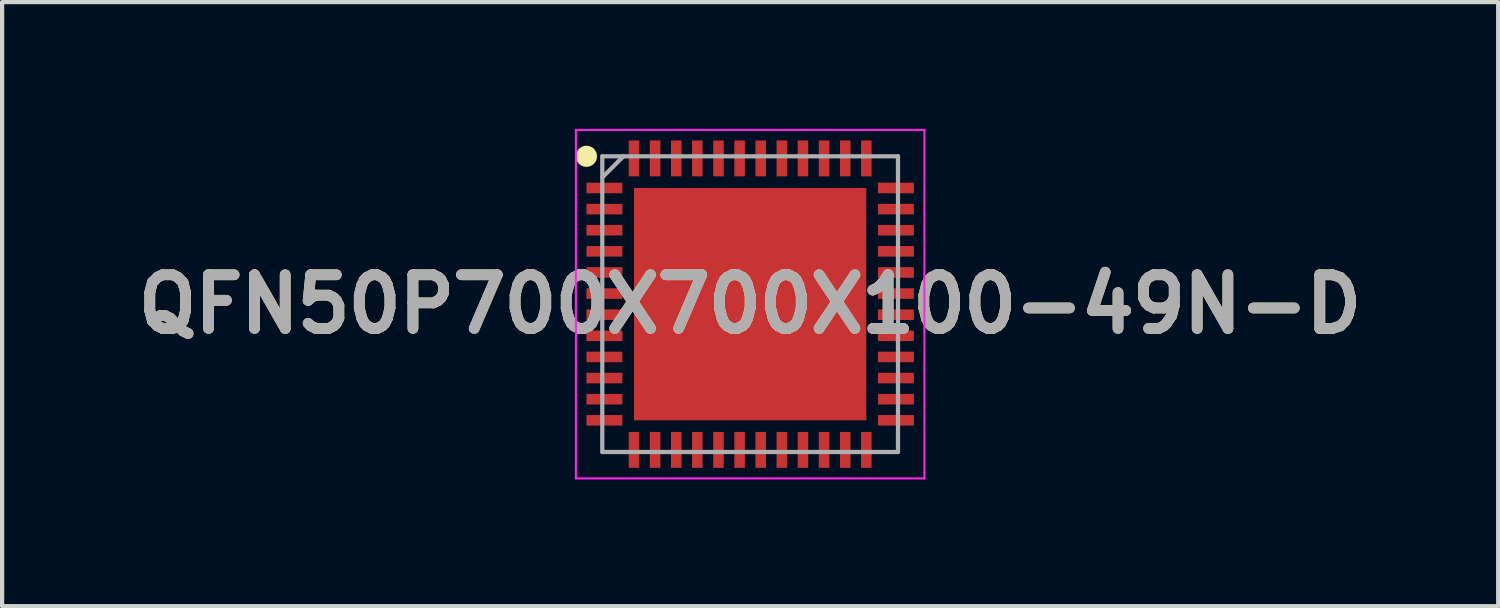
<source format=kicad_pcb>
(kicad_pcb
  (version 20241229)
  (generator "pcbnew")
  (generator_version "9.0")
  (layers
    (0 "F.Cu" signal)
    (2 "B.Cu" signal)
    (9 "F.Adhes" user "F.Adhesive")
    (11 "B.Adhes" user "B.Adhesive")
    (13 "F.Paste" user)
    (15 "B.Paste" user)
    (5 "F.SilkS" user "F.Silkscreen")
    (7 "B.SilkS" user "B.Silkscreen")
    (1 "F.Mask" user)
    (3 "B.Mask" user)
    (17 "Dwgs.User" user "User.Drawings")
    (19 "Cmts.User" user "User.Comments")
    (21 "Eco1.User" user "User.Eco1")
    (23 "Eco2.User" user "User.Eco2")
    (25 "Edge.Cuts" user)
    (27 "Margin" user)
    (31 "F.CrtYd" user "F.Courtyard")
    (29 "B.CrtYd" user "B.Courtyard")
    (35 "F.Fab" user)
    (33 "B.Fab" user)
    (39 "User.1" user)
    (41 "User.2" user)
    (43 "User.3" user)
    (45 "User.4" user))
  (footprint "QFN50P700X700X100-49N-D"
    (layer "F.Cu")
    (at 14.708 4.15)
    (property "Reference" "QFN50P700X700X100-49N-D" (at 0 0 0) (layer "F.SilkS") (effects (font (size 1.27 1.27) (thickness 0.254))))
    (attr smd)
    (fp_circle (center -3.875 -3.5) (end -3.875 -3.375) (stroke (width 0.25) (type solid)) (fill no) (layer "F.SilkS"))
    (fp_line (start -4.125 -4.125) (end 4.125 -4.125) (stroke (width 0.05) (type solid)) (layer "F.CrtYd"))
    (fp_line (start -4.125 4.125) (end -4.125 -4.125) (stroke (width 0.05) (type solid)) (layer "F.CrtYd"))
    (fp_line (start 4.125 -4.125) (end 4.125 4.125) (stroke (width 0.05) (type solid)) (layer "F.CrtYd"))
    (fp_line (start 4.125 4.125) (end -4.125 4.125) (stroke (width 0.05) (type solid)) (layer "F.CrtYd"))
    (fp_line (start -3.5 -3.5) (end 3.5 -3.5) (stroke (width 0.1) (type solid)) (layer "F.Fab"))
    (fp_line (start -3.5 -3) (end -3 -3.5) (stroke (width 0.1) (type solid)) (layer "F.Fab"))
    (fp_line (start -3.5 3.5) (end -3.5 -3.5) (stroke (width 0.1) (type solid)) (layer "F.Fab"))
    (fp_line (start 3.5 -3.5) (end 3.5 3.5) (stroke (width 0.1) (type solid)) (layer "F.Fab"))
    (fp_line (start 3.5 3.5) (end -3.5 3.5) (stroke (width 0.1) (type solid)) (layer "F.Fab"))
    (fp_text user "${REFERENCE}" (at 0 0 0) (layer "F.Fab") (effects (font (size 1.27 1.27) (thickness 0.254))))
    (pad "1" smd rect (at -3.45 -2.75 90) (size 0.25 0.85) (layers "F.Cu" "F.Mask" "F.Paste"))
    (pad "2" smd rect (at -3.45 -2.25 90) (size 0.25 0.85) (layers "F.Cu" "F.Mask" "F.Paste"))
    (pad "3" smd rect (at -3.45 -1.75 90) (size 0.25 0.85) (layers "F.Cu" "F.Mask" "F.Paste"))
    (pad "4" smd rect (at -3.45 -1.25 90) (size 0.25 0.85) (layers "F.Cu" "F.Mask" "F.Paste"))
    (pad "5" smd rect (at -3.45 -0.75 90) (size 0.25 0.85) (layers "F.Cu" "F.Mask" "F.Paste"))
    (pad "6" smd rect (at -3.45 -0.25 90) (size 0.25 0.85) (layers "F.Cu" "F.Mask" "F.Paste"))
    (pad "7" smd rect (at -3.45 0.25 90) (size 0.25 0.85) (layers "F.Cu" "F.Mask" "F.Paste"))
    (pad "8" smd rect (at -3.45 0.75 90) (size 0.25 0.85) (layers "F.Cu" "F.Mask" "F.Paste"))
    (pad "9" smd rect (at -3.45 1.25 90) (size 0.25 0.85) (layers "F.Cu" "F.Mask" "F.Paste"))
    (pad "10" smd rect (at -3.45 1.75 90) (size 0.25 0.85) (layers "F.Cu" "F.Mask" "F.Paste"))
    (pad "11" smd rect (at -3.45 2.25 90) (size 0.25 0.85) (layers "F.Cu" "F.Mask" "F.Paste"))
    (pad "12" smd rect (at -3.45 2.75 90) (size 0.25 0.85) (layers "F.Cu" "F.Mask" "F.Paste"))
    (pad "13" smd rect (at -2.75 3.45) (size 0.25 0.85) (layers "F.Cu" "F.Mask" "F.Paste"))
    (pad "14" smd rect (at -2.25 3.45) (size 0.25 0.85) (layers "F.Cu" "F.Mask" "F.Paste"))
    (pad "15" smd rect (at -1.75 3.45) (size 0.25 0.85) (layers "F.Cu" "F.Mask" "F.Paste"))
    (pad "16" smd rect (at -1.25 3.45) (size 0.25 0.85) (layers "F.Cu" "F.Mask" "F.Paste"))
    (pad "17" smd rect (at -0.75 3.45) (size 0.25 0.85) (layers "F.Cu" "F.Mask" "F.Paste"))
    (pad "18" smd rect (at -0.25 3.45) (size 0.25 0.85) (layers "F.Cu" "F.Mask" "F.Paste"))
    (pad "19" smd rect (at 0.25 3.45) (size 0.25 0.85) (layers "F.Cu" "F.Mask" "F.Paste"))
    (pad "20" smd rect (at 0.75 3.45) (size 0.25 0.85) (layers "F.Cu" "F.Mask" "F.Paste"))
    (pad "21" smd rect (at 1.25 3.45) (size 0.25 0.85) (layers "F.Cu" "F.Mask" "F.Paste"))
    (pad "22" smd rect (at 1.75 3.45) (size 0.25 0.85) (layers "F.Cu" "F.Mask" "F.Paste"))
    (pad "23" smd rect (at 2.25 3.45) (size 0.25 0.85) (layers "F.Cu" "F.Mask" "F.Paste"))
    (pad "24" smd rect (at 2.75 3.45) (size 0.25 0.85) (layers "F.Cu" "F.Mask" "F.Paste"))
    (pad "25" smd rect (at 3.45 2.75 90) (size 0.25 0.85) (layers "F.Cu" "F.Mask" "F.Paste"))
    (pad "26" smd rect (at 3.45 2.25 90) (size 0.25 0.85) (layers "F.Cu" "F.Mask" "F.Paste"))
    (pad "27" smd rect (at 3.45 1.75 90) (size 0.25 0.85) (layers "F.Cu" "F.Mask" "F.Paste"))
    (pad "28" smd rect (at 3.45 1.25 90) (size 0.25 0.85) (layers "F.Cu" "F.Mask" "F.Paste"))
    (pad "29" smd rect (at 3.45 0.75 90) (size 0.25 0.85) (layers "F.Cu" "F.Mask" "F.Paste"))
    (pad "30" smd rect (at 3.45 0.25 90) (size 0.25 0.85) (layers "F.Cu" "F.Mask" "F.Paste"))
    (pad "31" smd rect (at 3.45 -0.25 90) (size 0.25 0.85) (layers "F.Cu" "F.Mask" "F.Paste"))
    (pad "32" smd rect (at 3.45 -0.75 90) (size 0.25 0.85) (layers "F.Cu" "F.Mask" "F.Paste"))
    (pad "33" smd rect (at 3.45 -1.25 90) (size 0.25 0.85) (layers "F.Cu" "F.Mask" "F.Paste"))
    (pad "34" smd rect (at 3.45 -1.75 90) (size 0.25 0.85) (layers "F.Cu" "F.Mask" "F.Paste"))
    (pad "35" smd rect (at 3.45 -2.25 90) (size 0.25 0.85) (layers "F.Cu" "F.Mask" "F.Paste"))
    (pad "36" smd rect (at 3.45 -2.75 90) (size 0.25 0.85) (layers "F.Cu" "F.Mask" "F.Paste"))
    (pad "37" smd rect (at 2.75 -3.45) (size 0.25 0.85) (layers "F.Cu" "F.Mask" "F.Paste"))
    (pad "38" smd rect (at 2.25 -3.45) (size 0.25 0.85) (layers "F.Cu" "F.Mask" "F.Paste"))
    (pad "39" smd rect (at 1.75 -3.45) (size 0.25 0.85) (layers "F.Cu" "F.Mask" "F.Paste"))
    (pad "40" smd rect (at 1.25 -3.45) (size 0.25 0.85) (layers "F.Cu" "F.Mask" "F.Paste"))
    (pad "41" smd rect (at 0.75 -3.45) (size 0.25 0.85) (layers "F.Cu" "F.Mask" "F.Paste"))
    (pad "42" smd rect (at 0.25 -3.45) (size 0.25 0.85) (layers "F.Cu" "F.Mask" "F.Paste"))
    (pad "43" smd rect (at -0.25 -3.45) (size 0.25 0.85) (layers "F.Cu" "F.Mask" "F.Paste"))
    (pad "44" smd rect (at -0.75 -3.45) (size 0.25 0.85) (layers "F.Cu" "F.Mask" "F.Paste"))
    (pad "45" smd rect (at -1.25 -3.45) (size 0.25 0.85) (layers "F.Cu" "F.Mask" "F.Paste"))
    (pad "46" smd rect (at -1.75 -3.45) (size 0.25 0.85) (layers "F.Cu" "F.Mask" "F.Paste"))
    (pad "47" smd rect (at -2.25 -3.45) (size 0.25 0.85) (layers "F.Cu" "F.Mask" "F.Paste"))
    (pad "48" smd rect (at -2.75 -3.45) (size 0.25 0.85) (layers "F.Cu" "F.Mask" "F.Paste"))
    (pad "49" smd rect (at 0 0) (size 5.5 5.5) (layers "F.Cu" "F.Mask" "F.Paste")))
  (gr_rect
    (start -3 -3)
    (end 32.416 11.3)
    (stroke (width 0.1) (type default))
    (fill no)
    (layer "Edge.Cuts")))
</source>
